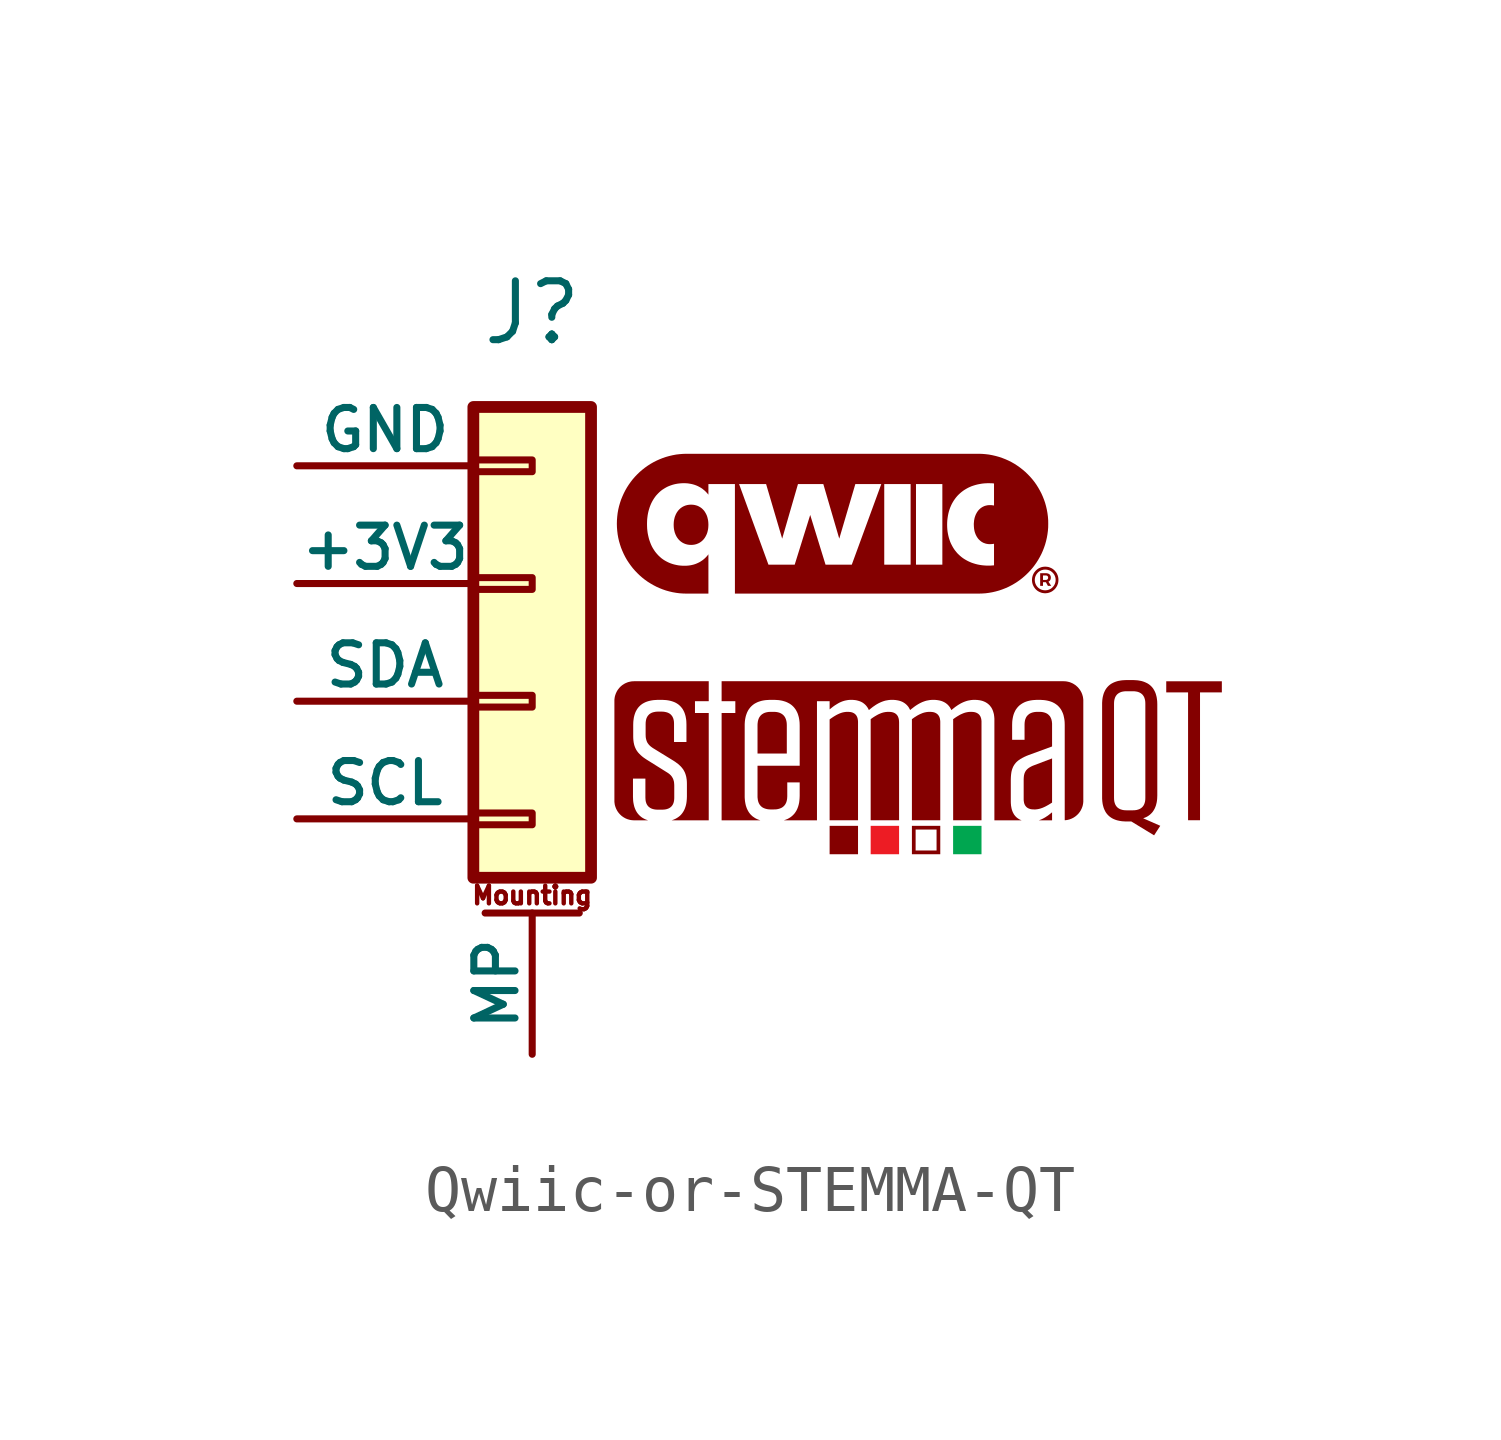
<source format=kicad_sym>
(kicad_symbol_lib
  (version 20231120)
  (generator "kicad_symbol_editor")
  (generator_version "8.0")
  (symbol "Qwiic-or-STEMMA-QT"
    (pin_numbers hide)
    (pin_names
      (offset 0))
    (property "Reference" "J"
      (at 0 5.842 0)
      (effects (font (size 1.27 1.27))))
    (symbol "Qwiic-or-STEMMA-QT_1_0"
      (polyline (pts (xy 7.032 -5.843) (xy 6.419 -5.843) (xy 6.419 -5.23) (xy 7.032 -5.23) (xy 7.032 -5.843)) (stroke (width -0.0001) (type solid)) (fill (type outline)))
      (polyline (pts (xy 7.918 -5.843) (xy 7.305 -5.843) (xy 7.305 -5.23) (xy 7.918 -5.23) (xy 7.918 -5.843)) (stroke (width -0.0001) (type solid)) (fill (type color) (color 237 28 36 1)))
      (polyline (pts (xy 9.697 -5.633) (xy 9.697 -5.633) (xy 9.697 -5.843) (xy 9.084 -5.843) (xy 9.084 -5.23) (xy 9.697 -5.23) (xy 9.697 -5.633)) (stroke (width -0.0001) (type solid)) (fill (type color) (color 0 166 80 1)))
      (polyline (pts (xy 14.884 -2.35) (xy 14.413 -2.35) (xy 14.413 -5.109) (xy 14.155 -5.109) (xy 14.155 -2.35) (xy 13.684 -2.35) (xy 13.684 -2.11) (xy 14.884 -2.11) (xy 14.884 -2.35)) (stroke (width -0.0001) (type solid)) (fill (type outline)))
      (polyline (pts (xy 8.807 -5.843) (xy 8.195 -5.843) (xy 8.195 -5.762) (xy 8.275 -5.762) (xy 8.727 -5.762) (xy 8.727 -5.31) (xy 8.275 -5.31) (xy 8.275 -5.762) (xy 8.195 -5.762) (xy 8.195 -5.23) (xy 8.807 -5.23) (xy 8.807 -5.843)) (stroke (width -0.0001) (type solid)) (fill (type outline)))
      (polyline (pts (xy 11.22 -5.111) (xy 10.934 -5.111) (xy 10.954 -5.104) (xy 10.974 -5.096) (xy 10.993 -5.088) (xy 11.012 -5.079) (xy 11.03 -5.07) (xy 11.048 -5.06) (xy 11.066 -5.05) (xy 11.084 -5.039) (xy 11.101 -5.027) (xy 11.119 -5.016) (xy 11.136 -5.004) (xy 11.153 -4.991) (xy 11.186 -4.965) (xy 11.22 -4.938) (xy 11.22 -5.111)) (stroke (width -0.0001) (type solid)) (fill (type outline)))
      (polyline (pts (xy 6.838 -2.771) (xy 6.85 -2.772) (xy 6.862 -2.773) (xy 6.874 -2.775) (xy 6.885 -2.777) (xy 6.896 -2.78) (xy 6.907 -2.783) (xy 6.917 -2.787) (xy 6.926 -2.791) (xy 6.936 -2.796) (xy 6.944 -2.8) (xy 6.953 -2.806) (xy 6.961 -2.812) (xy 6.968 -2.818) (xy 6.976 -2.825) (xy 6.982 -2.832) (xy 6.989 -2.84) (xy 6.995 -2.848) (xy 7 -2.856) (xy 7.005 -2.865) (xy 7.01 -2.875) (xy 7.014 -2.885) (xy 7.018 -2.895) (xy 7.021 -2.906) (xy 7.024 -2.917) (xy 7.026 -2.929) (xy 7.028 -2.941) (xy 7.03 -2.954) (xy 7.031 -2.967) (xy 7.032 -2.981) (xy 7.032 -2.995) (xy 7.032 -5.109) (xy 6.419 -5.109) (xy 6.419 -2.933) (xy 6.448 -2.912) (xy 6.476 -2.893) (xy 6.503 -2.875) (xy 6.529 -2.859) (xy 6.555 -2.844) (xy 6.58 -2.83) (xy 6.604 -2.819) (xy 6.627 -2.808) (xy 6.65 -2.799) (xy 6.673 -2.791) (xy 6.696 -2.784) (xy 6.718 -2.779) (xy 6.74 -2.775) (xy 6.762 -2.772) (xy 6.785 -2.77) (xy 6.807 -2.77) (xy 6.812 -2.77) (xy 6.838 -2.771)) (stroke (width -0.0001) (type solid)) (fill (type outline)))
      (polyline (pts (xy 7.719 -2.771) (xy 7.732 -2.772) (xy 7.745 -2.773) (xy 7.757 -2.775) (xy 7.768 -2.777) (xy 7.779 -2.78) (xy 7.79 -2.783) (xy 7.801 -2.787) (xy 7.81 -2.791) (xy 7.82 -2.796) (xy 7.829 -2.8) (xy 7.837 -2.806) (xy 7.846 -2.812) (xy 7.853 -2.818) (xy 7.861 -2.825) (xy 7.867 -2.832) (xy 7.874 -2.84) (xy 7.88 -2.848) (xy 7.885 -2.856) (xy 7.891 -2.865) (xy 7.895 -2.875) (xy 7.899 -2.885) (xy 7.903 -2.895) (xy 7.907 -2.906) (xy 7.909 -2.917) (xy 7.912 -2.929) (xy 7.914 -2.941) (xy 7.915 -2.954) (xy 7.917 -2.967) (xy 7.917 -2.981) (xy 7.918 -2.995) (xy 7.918 -5.109) (xy 7.305 -5.109) (xy 7.305 -2.928) (xy 7.335 -2.906) (xy 7.363 -2.887) (xy 7.391 -2.869) (xy 7.418 -2.853) (xy 7.444 -2.838) (xy 7.468 -2.825) (xy 7.492 -2.814) (xy 7.516 -2.804) (xy 7.539 -2.795) (xy 7.561 -2.788) (xy 7.583 -2.782) (xy 7.604 -2.778) (xy 7.625 -2.774) (xy 7.646 -2.772) (xy 7.667 -2.77) (xy 7.688 -2.77) (xy 7.692 -2.77) (xy 7.719 -2.771)) (stroke (width -0.0001) (type solid)) (fill (type outline)))
      (polyline (pts (xy 8.609 -2.771) (xy 8.622 -2.772) (xy 8.634 -2.773) (xy 8.646 -2.775) (xy 8.658 -2.777) (xy 8.669 -2.78) (xy 8.68 -2.783) (xy 8.69 -2.787) (xy 8.7 -2.791) (xy 8.709 -2.796) (xy 8.718 -2.801) (xy 8.727 -2.806) (xy 8.735 -2.812) (xy 8.743 -2.818) (xy 8.75 -2.825) (xy 8.757 -2.832) (xy 8.763 -2.84) (xy 8.769 -2.848) (xy 8.775 -2.856) (xy 8.78 -2.865) (xy 8.785 -2.875) (xy 8.789 -2.885) (xy 8.793 -2.895) (xy 8.796 -2.906) (xy 8.799 -2.917) (xy 8.801 -2.929) (xy 8.803 -2.941) (xy 8.805 -2.954) (xy 8.806 -2.967) (xy 8.807 -2.981) (xy 8.807 -2.995) (xy 8.807 -5.109) (xy 8.195 -5.109) (xy 8.195 -2.942) (xy 8.195 -2.94) (xy 8.195 -2.938) (xy 8.195 -2.935) (xy 8.195 -2.931) (xy 8.195 -2.929) (xy 8.195 -2.928) (xy 8.225 -2.906) (xy 8.253 -2.886) (xy 8.281 -2.869) (xy 8.307 -2.852) (xy 8.333 -2.838) (xy 8.358 -2.825) (xy 8.382 -2.814) (xy 8.406 -2.804) (xy 8.428 -2.795) (xy 8.451 -2.788) (xy 8.473 -2.782) (xy 8.494 -2.778) (xy 8.515 -2.774) (xy 8.536 -2.772) (xy 8.557 -2.77) (xy 8.577 -2.77) (xy 8.582 -2.77) (xy 8.609 -2.771)) (stroke (width -0.0001) (type solid)) (fill (type outline)))
      (polyline (pts (xy 9.499 -2.771) (xy 9.512 -2.772) (xy 9.525 -2.773) (xy 9.537 -2.775) (xy 9.548 -2.777) (xy 9.559 -2.78) (xy 9.57 -2.783) (xy 9.581 -2.787) (xy 9.59 -2.791) (xy 9.6 -2.796) (xy 9.609 -2.801) (xy 9.617 -2.806) (xy 9.626 -2.812) (xy 9.633 -2.818) (xy 9.641 -2.825) (xy 9.648 -2.832) (xy 9.654 -2.84) (xy 9.66 -2.848) (xy 9.665 -2.856) (xy 9.671 -2.865) (xy 9.675 -2.875) (xy 9.679 -2.885) (xy 9.683 -2.895) (xy 9.687 -2.906) (xy 9.689 -2.917) (xy 9.692 -2.929) (xy 9.694 -2.941) (xy 9.695 -2.954) (xy 9.697 -2.967) (xy 9.697 -2.981) (xy 9.697 -2.995) (xy 9.697 -5.109) (xy 9.085 -5.109) (xy 9.085 -2.942) (xy 9.085 -2.94) (xy 9.085 -2.938) (xy 9.084 -2.933) (xy 9.084 -2.929) (xy 9.084 -2.927) (xy 9.084 -2.925) (xy 9.085 -2.928) (xy 9.115 -2.906) (xy 9.143 -2.887) (xy 9.171 -2.869) (xy 9.198 -2.853) (xy 9.223 -2.838) (xy 9.248 -2.825) (xy 9.273 -2.814) (xy 9.296 -2.804) (xy 9.319 -2.795) (xy 9.341 -2.788) (xy 9.363 -2.782) (xy 9.384 -2.778) (xy 9.405 -2.774) (xy 9.426 -2.772) (xy 9.447 -2.77) (xy 9.468 -2.77) (xy 9.472 -2.77) (xy 9.499 -2.771)) (stroke (width -0.0001) (type solid)) (fill (type outline)))
      (polyline (pts (xy 5.226 -2.77) (xy 5.243 -2.771) (xy 5.259 -2.772) (xy 5.275 -2.774) (xy 5.291 -2.777) (xy 5.306 -2.78) (xy 5.32 -2.784) (xy 5.333 -2.788) (xy 5.347 -2.793) (xy 5.359 -2.799) (xy 5.371 -2.805) (xy 5.383 -2.812) (xy 5.394 -2.819) (xy 5.404 -2.827) (xy 5.414 -2.835) (xy 5.423 -2.844) (xy 5.432 -2.853) (xy 5.44 -2.864) (xy 5.448 -2.874) (xy 5.455 -2.885) (xy 5.461 -2.897) (xy 5.467 -2.909) (xy 5.472 -2.922) (xy 5.477 -2.935) (xy 5.481 -2.949) (xy 5.485 -2.964) (xy 5.488 -2.979) (xy 5.491 -2.994) (xy 5.492 -3.01) (xy 5.494 -3.027) (xy 5.495 -3.062) (xy 5.495 -3.67) (xy 4.863 -3.67) (xy 4.863 -3.062) (xy 4.864 -3.027) (xy 4.866 -3.01) (xy 4.868 -2.994) (xy 4.87 -2.979) (xy 4.873 -2.964) (xy 4.877 -2.949) (xy 4.881 -2.935) (xy 4.886 -2.922) (xy 4.891 -2.909) (xy 4.897 -2.897) (xy 4.904 -2.885) (xy 4.911 -2.874) (xy 4.919 -2.864) (xy 4.927 -2.853) (xy 4.936 -2.844) (xy 4.945 -2.835) (xy 4.955 -2.827) (xy 4.965 -2.819) (xy 4.977 -2.812) (xy 4.988 -2.805) (xy 5 -2.799) (xy 5.013 -2.793) (xy 5.027 -2.788) (xy 5.041 -2.784) (xy 5.055 -2.78) (xy 5.071 -2.777) (xy 5.086 -2.774) (xy 5.103 -2.772) (xy 5.12 -2.771) (xy 5.137 -2.77) (xy 5.155 -2.77) (xy 5.208 -2.77) (xy 5.226 -2.77)) (stroke (width -0.0001) (type solid)) (fill (type outline)))
      (polyline (pts (xy 11.22 -4.728) (xy 11.192 -4.746) (xy 11.164 -4.763) (xy 11.138 -4.779) (xy 11.112 -4.793) (xy 11.087 -4.807) (xy 11.063 -4.819) (xy 11.039 -4.83) (xy 11.016 -4.84) (xy 10.993 -4.848) (xy 10.97 -4.856) (xy 10.948 -4.862) (xy 10.926 -4.867) (xy 10.904 -4.871) (xy 10.881 -4.874) (xy 10.859 -4.876) (xy 10.837 -4.876) (xy 10.832 -4.876) (xy 10.805 -4.875) (xy 10.792 -4.874) (xy 10.78 -4.873) (xy 10.768 -4.871) (xy 10.756 -4.869) (xy 10.745 -4.866) (xy 10.734 -4.862) (xy 10.724 -4.859) (xy 10.714 -4.855) (xy 10.705 -4.85) (xy 10.696 -4.845) (xy 10.687 -4.84) (xy 10.679 -4.834) (xy 10.671 -4.828) (xy 10.664 -4.821) (xy 10.657 -4.814) (xy 10.651 -4.806) (xy 10.645 -4.798) (xy 10.639 -4.79) (xy 10.634 -4.781) (xy 10.629 -4.771) (xy 10.625 -4.761) (xy 10.621 -4.751) (xy 10.618 -4.74) (xy 10.615 -4.729) (xy 10.613 -4.717) (xy 10.611 -4.705) (xy 10.609 -4.692) (xy 10.608 -4.679) (xy 10.607 -4.665) (xy 10.607 -4.651) (xy 10.607 -4.235) (xy 10.608 -4.204) (xy 10.61 -4.176) (xy 10.613 -4.149) (xy 10.615 -4.137) (xy 10.618 -4.125) (xy 10.621 -4.113) (xy 10.624 -4.102) (xy 10.628 -4.091) (xy 10.633 -4.08) (xy 10.637 -4.07) (xy 10.643 -4.06) (xy 10.648 -4.051) (xy 10.654 -4.041) (xy 10.661 -4.032) (xy 10.668 -4.024) (xy 10.676 -4.015) (xy 10.684 -4.007) (xy 10.693 -3.999) (xy 10.702 -3.992) (xy 10.712 -3.984) (xy 10.722 -3.977) (xy 10.733 -3.97) (xy 10.745 -3.963) (xy 10.77 -3.949) (xy 10.797 -3.936) (xy 10.827 -3.924) (xy 11.22 -3.775) (xy 11.22 -4.728)) (stroke (width -0.0001) (type solid)) (fill (type outline)))
      (polyline (pts (xy 11.093 0.223) (xy 11.106 0.221) (xy 11.117 0.219) (xy 11.123 0.218) (xy 11.128 0.217) (xy 11.133 0.215) (xy 11.138 0.213) (xy 11.143 0.211) (xy 11.148 0.209) (xy 11.152 0.206) (xy 11.156 0.204) (xy 11.16 0.201) (xy 11.164 0.198) (xy 11.167 0.195) (xy 11.17 0.192) (xy 11.174 0.188) (xy 11.176 0.185) (xy 11.179 0.181) (xy 11.181 0.177) (xy 11.184 0.173) (xy 11.185 0.169) (xy 11.187 0.164) (xy 11.189 0.159) (xy 11.19 0.155) (xy 11.191 0.15) (xy 11.192 0.145) (xy 11.193 0.139) (xy 11.193 0.134) (xy 11.193 0.128) (xy 11.193 0.12) (xy 11.192 0.113) (xy 11.191 0.106) (xy 11.19 0.099) (xy 11.188 0.092) (xy 11.185 0.086) (xy 11.183 0.079) (xy 11.18 0.074) (xy 11.176 0.068) (xy 11.172 0.063) (xy 11.168 0.058) (xy 11.163 0.054) (xy 11.158 0.05) (xy 11.153 0.046) (xy 11.147 0.043) (xy 11.141 0.04) (xy 11.201 -0.051) (xy 11.13 -0.051) (xy 11.087 0.028) (xy 11.024 0.028) (xy 11.024 -0.051) (xy 10.963 -0.051) (xy 10.963 0.077) (xy 11.024 0.077) (xy 11.08 0.077) (xy 11.086 0.077) (xy 11.089 0.077) (xy 11.092 0.078) (xy 11.095 0.078) (xy 11.098 0.079) (xy 11.101 0.08) (xy 11.103 0.08) (xy 11.106 0.081) (xy 11.108 0.082) (xy 11.11 0.083) (xy 11.113 0.084) (xy 11.115 0.085) (xy 11.117 0.087) (xy 11.118 0.088) (xy 11.12 0.09) (xy 11.122 0.091) (xy 11.124 0.093) (xy 11.125 0.095) (xy 11.127 0.097) (xy 11.128 0.099) (xy 11.129 0.101) (xy 11.13 0.103) (xy 11.131 0.105) (xy 11.132 0.107) (xy 11.133 0.11) (xy 11.133 0.112) (xy 11.134 0.115) (xy 11.134 0.117) (xy 11.134 0.12) (xy 11.135 0.123) (xy 11.135 0.126) (xy 11.135 0.129) (xy 11.134 0.132) (xy 11.134 0.134) (xy 11.134 0.137) (xy 11.133 0.14) (xy 11.133 0.142) (xy 11.132 0.144) (xy 11.131 0.147) (xy 11.13 0.149) (xy 11.129 0.151) (xy 11.128 0.153) (xy 11.127 0.155) (xy 11.125 0.157) (xy 11.124 0.158) (xy 11.122 0.16) (xy 11.12 0.162) (xy 11.118 0.163) (xy 11.117 0.165) (xy 11.115 0.166) (xy 11.113 0.167) (xy 11.11 0.168) (xy 11.108 0.169) (xy 11.106 0.17) (xy 11.103 0.171) (xy 11.101 0.172) (xy 11.098 0.172) (xy 11.095 0.173) (xy 11.092 0.173) (xy 11.089 0.173) (xy 11.086 0.174) (xy 11.083 0.174) (xy 11.08 0.174) (xy 11.024 0.174) (xy 11.024 0.077) (xy 10.963 0.077) (xy 10.963 0.223) (xy 11.08 0.223) (xy 11.093 0.223)) (stroke (width -0.0001) (type solid)) (fill (type outline)))
      (polyline (pts (xy 3.45 1.701) (xy 3.47 1.7) (xy 3.49 1.697) (xy 3.51 1.694) (xy 3.528 1.689) (xy 3.547 1.684) (xy 3.564 1.678) (xy 3.582 1.671) (xy 3.598 1.662) (xy 3.615 1.653) (xy 3.63 1.644) (xy 3.645 1.633) (xy 3.66 1.622) (xy 3.674 1.609) (xy 3.687 1.596) (xy 3.7 1.582) (xy 3.712 1.568) (xy 3.723 1.552) (xy 3.733 1.536) (xy 3.743 1.519) (xy 3.752 1.502) (xy 3.761 1.484) (xy 3.769 1.465) (xy 3.776 1.445) (xy 3.782 1.425) (xy 3.787 1.404) (xy 3.792 1.383) (xy 3.796 1.361) (xy 3.799 1.338) (xy 3.801 1.315) (xy 3.802 1.292) (xy 3.803 1.268) (xy 3.802 1.244) (xy 3.801 1.22) (xy 3.799 1.197) (xy 3.796 1.175) (xy 3.792 1.153) (xy 3.787 1.132) (xy 3.782 1.111) (xy 3.776 1.091) (xy 3.769 1.072) (xy 3.761 1.053) (xy 3.752 1.035) (xy 3.743 1.017) (xy 3.733 1) (xy 3.723 0.984) (xy 3.712 0.969) (xy 3.7 0.954) (xy 3.687 0.94) (xy 3.674 0.927) (xy 3.66 0.914) (xy 3.645 0.903) (xy 3.63 0.892) (xy 3.615 0.882) (xy 3.598 0.873) (xy 3.582 0.865) (xy 3.564 0.858) (xy 3.547 0.851) (xy 3.528 0.846) (xy 3.51 0.841) (xy 3.49 0.838) (xy 3.47 0.835) (xy 3.45 0.834) (xy 3.43 0.833) (xy 3.409 0.834) (xy 3.388 0.835) (xy 3.368 0.838) (xy 3.349 0.841) (xy 3.33 0.846) (xy 3.311 0.851) (xy 3.293 0.858) (xy 3.276 0.865) (xy 3.259 0.873) (xy 3.243 0.882) (xy 3.227 0.892) (xy 3.212 0.903) (xy 3.197 0.914) (xy 3.183 0.927) (xy 3.17 0.94) (xy 3.157 0.954) (xy 3.145 0.969) (xy 3.134 0.984) (xy 3.123 1) (xy 3.113 1.017) (xy 3.104 1.035) (xy 3.095 1.053) (xy 3.088 1.072) (xy 3.08 1.091) (xy 3.074 1.111) (xy 3.069 1.132) (xy 3.064 1.153) (xy 3.06 1.175) (xy 3.057 1.197) (xy 3.055 1.22) (xy 3.054 1.244) (xy 3.053 1.268) (xy 3.054 1.291) (xy 3.055 1.315) (xy 3.057 1.338) (xy 3.06 1.36) (xy 3.064 1.382) (xy 3.069 1.403) (xy 3.074 1.424) (xy 3.08 1.444) (xy 3.088 1.463) (xy 3.095 1.482) (xy 3.104 1.5) (xy 3.113 1.518) (xy 3.123 1.535) (xy 3.134 1.551) (xy 3.145 1.566) (xy 3.157 1.581) (xy 3.17 1.595) (xy 3.183 1.608) (xy 3.197 1.621) (xy 3.212 1.632) (xy 3.227 1.643) (xy 3.243 1.653) (xy 3.259 1.662) (xy 3.276 1.67) (xy 3.293 1.677) (xy 3.311 1.684) (xy 3.33 1.689) (xy 3.349 1.694) (xy 3.368 1.697) (xy 3.388 1.7) (xy 3.409 1.701) (xy 3.43 1.702) (xy 3.45 1.701)) (stroke (width -0.0001) (type solid)) (fill (type outline)))
      (polyline (pts (xy 11.087 0.363) (xy 11.102 0.362) (xy 11.116 0.36) (xy 11.131 0.358) (xy 11.145 0.355) (xy 11.158 0.351) (xy 11.171 0.346) (xy 11.184 0.341) (xy 11.197 0.335) (xy 11.21 0.329) (xy 11.222 0.322) (xy 11.233 0.315) (xy 11.244 0.307) (xy 11.255 0.298) (xy 11.265 0.289) (xy 11.275 0.28) (xy 11.284 0.27) (xy 11.293 0.259) (xy 11.302 0.248) (xy 11.31 0.237) (xy 11.317 0.226) (xy 11.324 0.214) (xy 11.33 0.201) (xy 11.335 0.189) (xy 11.341 0.176) (xy 11.345 0.163) (xy 11.349 0.149) (xy 11.352 0.135) (xy 11.354 0.121) (xy 11.356 0.107) (xy 11.357 0.092) (xy 11.357 0.078) (xy 11.357 0.063) (xy 11.356 0.049) (xy 11.354 0.035) (xy 11.352 0.021) (xy 11.349 0.007) (xy 11.345 -0.007) (xy 11.34 -0.02) (xy 11.335 -0.033) (xy 11.33 -0.046) (xy 11.323 -0.058) (xy 11.317 -0.07) (xy 11.309 -0.082) (xy 11.301 -0.093) (xy 11.293 -0.104) (xy 11.284 -0.115) (xy 11.274 -0.125) (xy 11.265 -0.134) (xy 11.254 -0.143) (xy 11.243 -0.152) (xy 11.232 -0.16) (xy 11.221 -0.168) (xy 11.209 -0.175) (xy 11.196 -0.181) (xy 11.184 -0.187) (xy 11.17 -0.192) (xy 11.157 -0.197) (xy 11.143 -0.201) (xy 11.129 -0.204) (xy 11.115 -0.207) (xy 11.1 -0.208) (xy 11.086 -0.21) (xy 11.071 -0.21) (xy 11.056 -0.21) (xy 11.041 -0.208) (xy 11.027 -0.207) (xy 11.012 -0.204) (xy 10.998 -0.201) (xy 10.985 -0.197) (xy 10.972 -0.192) (xy 10.959 -0.187) (xy 10.946 -0.181) (xy 10.934 -0.175) (xy 10.922 -0.168) (xy 10.91 -0.161) (xy 10.899 -0.153) (xy 10.888 -0.144) (xy 10.878 -0.135) (xy 10.868 -0.126) (xy 10.859 -0.116) (xy 10.85 -0.105) (xy 10.842 -0.094) (xy 10.834 -0.083) (xy 10.827 -0.071) (xy 10.82 -0.059) (xy 10.814 -0.047) (xy 10.808 -0.034) (xy 10.803 -0.021) (xy 10.799 -0.008) (xy 10.795 0.005) (xy 10.792 0.019) (xy 10.79 0.033) (xy 10.788 0.047) (xy 10.787 0.062) (xy 10.786 0.076) (xy 10.847 0.076) (xy 10.847 0.065) (xy 10.848 0.053) (xy 10.85 0.042) (xy 10.851 0.031) (xy 10.854 0.021) (xy 10.857 0.01) (xy 10.86 -0.0002) (xy 10.864 -0.01) (xy 10.869 -0.02) (xy 10.873 -0.03) (xy 10.879 -0.039) (xy 10.884 -0.048) (xy 10.891 -0.057) (xy 10.897 -0.065) (xy 10.904 -0.073) (xy 10.911 -0.081) (xy 10.919 -0.088) (xy 10.927 -0.096) (xy 10.935 -0.102) (xy 10.944 -0.108) (xy 10.953 -0.114) (xy 10.963 -0.12) (xy 10.972 -0.125) (xy 10.982 -0.129) (xy 10.992 -0.133) (xy 11.003 -0.137) (xy 11.014 -0.14) (xy 11.025 -0.142) (xy 11.036 -0.144) (xy 11.047 -0.145) (xy 11.059 -0.146) (xy 11.071 -0.147) (xy 11.083 -0.146) (xy 11.094 -0.145) (xy 11.106 -0.144) (xy 11.117 -0.142) (xy 11.128 -0.14) (xy 11.139 -0.136) (xy 11.15 -0.133) (xy 11.16 -0.129) (xy 11.17 -0.124) (xy 11.18 -0.119) (xy 11.189 -0.114) (xy 11.199 -0.108) (xy 11.207 -0.102) (xy 11.216 -0.095) (xy 11.224 -0.088) (xy 11.232 -0.08) (xy 11.239 -0.072) (xy 11.246 -0.064) (xy 11.253 -0.056) (xy 11.259 -0.047) (xy 11.265 -0.038) (xy 11.27 -0.029) (xy 11.275 -0.019) (xy 11.28 -0.009) (xy 11.283 0.001) (xy 11.287 0.012) (xy 11.29 0.022) (xy 11.292 0.033) (xy 11.294 0.044) (xy 11.296 0.055) (xy 11.296 0.066) (xy 11.297 0.078) (xy 11.296 0.089) (xy 11.296 0.101) (xy 11.294 0.112) (xy 11.292 0.122) (xy 11.29 0.133) (xy 11.287 0.144) (xy 11.283 0.154) (xy 11.28 0.164) (xy 11.275 0.174) (xy 11.27 0.184) (xy 11.265 0.193) (xy 11.259 0.202) (xy 11.253 0.211) (xy 11.246 0.219) (xy 11.239 0.227) (xy 11.232 0.235) (xy 11.224 0.242) (xy 11.216 0.249) (xy 11.208 0.256) (xy 11.199 0.262) (xy 11.19 0.268) (xy 11.181 0.274) (xy 11.171 0.279) (xy 11.161 0.283) (xy 11.151 0.287) (xy 11.14 0.29) (xy 11.129 0.293) (xy 11.118 0.296) (xy 11.107 0.298) (xy 11.096 0.299) (xy 11.084 0.3) (xy 11.072 0.3) (xy 11.06 0.3) (xy 11.049 0.299) (xy 11.037 0.298) (xy 11.026 0.296) (xy 11.015 0.293) (xy 11.004 0.29) (xy 10.994 0.287) (xy 10.983 0.283) (xy 10.973 0.278) (xy 10.964 0.273) (xy 10.954 0.268) (xy 10.945 0.262) (xy 10.936 0.256) (xy 10.928 0.249) (xy 10.92 0.242) (xy 10.912 0.234) (xy 10.905 0.226) (xy 10.898 0.218) (xy 10.891 0.21) (xy 10.885 0.201) (xy 10.879 0.192) (xy 10.874 0.182) (xy 10.869 0.173) (xy 10.864 0.163) (xy 10.86 0.153) (xy 10.857 0.142) (xy 10.854 0.132) (xy 10.851 0.121) (xy 10.85 0.11) (xy 10.848 0.099) (xy 10.847 0.087) (xy 10.847 0.076) (xy 10.786 0.076) (xy 10.787 0.091) (xy 10.788 0.105) (xy 10.79 0.119) (xy 10.792 0.133) (xy 10.795 0.147) (xy 10.799 0.161) (xy 10.803 0.174) (xy 10.808 0.187) (xy 10.814 0.2) (xy 10.82 0.212) (xy 10.827 0.224) (xy 10.834 0.236) (xy 10.842 0.247) (xy 10.851 0.258) (xy 10.86 0.269) (xy 10.869 0.279) (xy 10.879 0.288) (xy 10.889 0.297) (xy 10.9 0.306) (xy 10.911 0.314) (xy 10.923 0.322) (xy 10.935 0.329) (xy 10.947 0.335) (xy 10.96 0.341) (xy 10.973 0.346) (xy 10.986 0.351) (xy 11 0.355) (xy 11.014 0.358) (xy 11.028 0.36) (xy 11.043 0.362) (xy 11.057 0.363) (xy 11.072 0.364) (xy 11.087 0.363)) (stroke (width -0.0001) (type solid)) (fill (type outline)))
      (polyline (pts (xy 12.996 -2.085) (xy 13.027 -2.087) (xy 13.058 -2.089) (xy 13.087 -2.093) (xy 13.115 -2.098) (xy 13.143 -2.103) (xy 13.169 -2.11) (xy 13.194 -2.118) (xy 13.218 -2.127) (xy 13.241 -2.137) (xy 13.264 -2.148) (xy 13.285 -2.159) (xy 13.305 -2.172) (xy 13.324 -2.186) (xy 13.342 -2.201) (xy 13.359 -2.217) (xy 13.375 -2.234) (xy 13.39 -2.252) (xy 13.404 -2.271) (xy 13.416 -2.291) (xy 13.428 -2.312) (xy 13.439 -2.334) (xy 13.449 -2.357) (xy 13.458 -2.381) (xy 13.465 -2.406) (xy 13.472 -2.432) (xy 13.478 -2.459) (xy 13.482 -2.486) (xy 13.486 -2.515) (xy 13.489 -2.545) (xy 13.49 -2.576) (xy 13.491 -2.607) (xy 13.491 -4.574) (xy 13.49 -4.598) (xy 13.489 -4.622) (xy 13.488 -4.645) (xy 13.486 -4.668) (xy 13.483 -4.69) (xy 13.48 -4.711) (xy 13.476 -4.732) (xy 13.471 -4.752) (xy 13.466 -4.772) (xy 13.461 -4.791) (xy 13.454 -4.81) (xy 13.447 -4.828) (xy 13.44 -4.845) (xy 13.432 -4.862) (xy 13.423 -4.878) (xy 13.414 -4.894) (xy 13.404 -4.909) (xy 13.394 -4.924) (xy 13.383 -4.938) (xy 13.371 -4.951) (xy 13.359 -4.964) (xy 13.346 -4.976) (xy 13.333 -4.988) (xy 13.319 -4.999) (xy 13.304 -5.01) (xy 13.289 -5.02) (xy 13.274 -5.029) (xy 13.257 -5.038) (xy 13.24 -5.046) (xy 13.223 -5.053) (xy 13.205 -5.06) (xy 13.186 -5.067) (xy 13.555 -5.229) (xy 13.422 -5.435) (xy 12.929 -5.135) (xy 12.826 -5.135) (xy 12.794 -5.135) (xy 12.762 -5.133) (xy 12.732 -5.131) (xy 12.703 -5.127) (xy 12.675 -5.122) (xy 12.647 -5.116) (xy 12.621 -5.11) (xy 12.596 -5.102) (xy 12.572 -5.093) (xy 12.548 -5.083) (xy 12.526 -5.072) (xy 12.505 -5.06) (xy 12.485 -5.047) (xy 12.466 -5.033) (xy 12.448 -5.018) (xy 12.431 -5.002) (xy 12.415 -4.985) (xy 12.4 -4.967) (xy 12.386 -4.948) (xy 12.373 -4.928) (xy 12.362 -4.906) (xy 12.351 -4.884) (xy 12.341 -4.861) (xy 12.332 -4.837) (xy 12.325 -4.812) (xy 12.318 -4.786) (xy 12.312 -4.759) (xy 12.308 -4.731) (xy 12.304 -4.701) (xy 12.302 -4.671) (xy 12.3 -4.64) (xy 12.3 -4.608) (xy 12.3 -2.607) (xy 12.3 -2.599) (xy 12.557 -2.599) (xy 12.557 -4.621) (xy 12.558 -4.655) (xy 12.559 -4.67) (xy 12.561 -4.686) (xy 12.563 -4.701) (xy 12.566 -4.715) (xy 12.57 -4.729) (xy 12.574 -4.742) (xy 12.578 -4.754) (xy 12.583 -4.766) (xy 12.589 -4.778) (xy 12.595 -4.789) (xy 12.602 -4.799) (xy 12.609 -4.809) (xy 12.617 -4.819) (xy 12.625 -4.827) (xy 12.634 -4.836) (xy 12.644 -4.843) (xy 12.654 -4.851) (xy 12.664 -4.857) (xy 12.675 -4.863) (xy 12.687 -4.869) (xy 12.699 -4.874) (xy 12.712 -4.878) (xy 12.725 -4.882) (xy 12.739 -4.886) (xy 12.754 -4.889) (xy 12.769 -4.891) (xy 12.785 -4.893) (xy 12.801 -4.894) (xy 12.835 -4.895) (xy 12.955 -4.895) (xy 12.989 -4.894) (xy 13.005 -4.893) (xy 13.021 -4.891) (xy 13.036 -4.889) (xy 13.051 -4.886) (xy 13.065 -4.882) (xy 13.078 -4.878) (xy 13.091 -4.874) (xy 13.103 -4.869) (xy 13.115 -4.863) (xy 13.126 -4.857) (xy 13.136 -4.851) (xy 13.146 -4.843) (xy 13.156 -4.836) (xy 13.165 -4.827) (xy 13.173 -4.819) (xy 13.181 -4.809) (xy 13.188 -4.799) (xy 13.195 -4.789) (xy 13.201 -4.778) (xy 13.207 -4.766) (xy 13.212 -4.754) (xy 13.216 -4.742) (xy 13.22 -4.729) (xy 13.224 -4.715) (xy 13.227 -4.701) (xy 13.229 -4.686) (xy 13.231 -4.67) (xy 13.232 -4.655) (xy 13.233 -4.621) (xy 13.233 -2.599) (xy 13.232 -2.565) (xy 13.231 -2.549) (xy 13.229 -2.534) (xy 13.227 -2.519) (xy 13.224 -2.505) (xy 13.22 -2.491) (xy 13.216 -2.478) (xy 13.212 -2.466) (xy 13.207 -2.453) (xy 13.201 -2.442) (xy 13.195 -2.431) (xy 13.188 -2.421) (xy 13.181 -2.411) (xy 13.173 -2.401) (xy 13.165 -2.393) (xy 13.156 -2.384) (xy 13.146 -2.377) (xy 13.136 -2.369) (xy 13.126 -2.363) (xy 13.115 -2.357) (xy 13.103 -2.351) (xy 13.091 -2.346) (xy 13.078 -2.341) (xy 13.065 -2.337) (xy 13.051 -2.334) (xy 13.036 -2.331) (xy 13.021 -2.329) (xy 13.005 -2.327) (xy 12.989 -2.325) (xy 12.955 -2.325) (xy 12.835 -2.325) (xy 12.801 -2.325) (xy 12.785 -2.327) (xy 12.769 -2.329) (xy 12.754 -2.331) (xy 12.739 -2.334) (xy 12.725 -2.337) (xy 12.712 -2.341) (xy 12.699 -2.346) (xy 12.687 -2.351) (xy 12.675 -2.357) (xy 12.664 -2.363) (xy 12.654 -2.369) (xy 12.644 -2.377) (xy 12.634 -2.384) (xy 12.625 -2.393) (xy 12.617 -2.401) (xy 12.609 -2.411) (xy 12.602 -2.421) (xy 12.595 -2.431) (xy 12.589 -2.442) (xy 12.583 -2.453) (xy 12.578 -2.466) (xy 12.574 -2.478) (xy 12.57 -2.491) (xy 12.566 -2.505) (xy 12.563 -2.519) (xy 12.561 -2.534) (xy 12.559 -2.549) (xy 12.558 -2.565) (xy 12.557 -2.599) (xy 12.3 -2.599) (xy 12.3 -2.576) (xy 12.302 -2.545) (xy 12.304 -2.515) (xy 12.308 -2.486) (xy 12.312 -2.459) (xy 12.318 -2.432) (xy 12.325 -2.406) (xy 12.332 -2.381) (xy 12.341 -2.357) (xy 12.351 -2.334) (xy 12.362 -2.312) (xy 12.373 -2.291) (xy 12.386 -2.271) (xy 12.4 -2.252) (xy 12.415 -2.234) (xy 12.431 -2.217) (xy 12.448 -2.201) (xy 12.466 -2.186) (xy 12.485 -2.172) (xy 12.505 -2.159) (xy 12.526 -2.148) (xy 12.548 -2.137) (xy 12.572 -2.127) (xy 12.596 -2.118) (xy 12.621 -2.11) (xy 12.647 -2.103) (xy 12.675 -2.098) (xy 12.703 -2.093) (xy 12.732 -2.089) (xy 12.762 -2.087) (xy 12.794 -2.085) (xy 12.826 -2.084) (xy 12.963 -2.084) (xy 12.996 -2.085)) (stroke (width -0.0001) (type solid)) (fill (type outline)))
      (polyline (pts (xy 3.81 -2.54) (xy 3.513 -2.54) (xy 3.513 -2.794) (xy 3.81 -2.794) (xy 3.81 -5.111) (xy 3.009 -5.111) (xy 3.049 -5.097) (xy 3.086 -5.081) (xy 3.121 -5.062) (xy 3.153 -5.041) (xy 3.183 -5.018) (xy 3.21 -4.992) (xy 3.234 -4.963) (xy 3.256 -4.932) (xy 3.275 -4.899) (xy 3.292 -4.863) (xy 3.306 -4.824) (xy 3.318 -4.784) (xy 3.327 -4.741) (xy 3.333 -4.696) (xy 3.337 -4.648) (xy 3.339 -4.598) (xy 3.339 -4.326) (xy 3.338 -4.281) (xy 3.335 -4.239) (xy 3.332 -4.219) (xy 3.329 -4.2) (xy 3.326 -4.181) (xy 3.322 -4.162) (xy 3.317 -4.144) (xy 3.312 -4.127) (xy 3.307 -4.11) (xy 3.3 -4.093) (xy 3.294 -4.077) (xy 3.286 -4.061) (xy 3.278 -4.046) (xy 3.27 -4.031) (xy 3.261 -4.016) (xy 3.251 -4.002) (xy 3.24 -3.988) (xy 3.229 -3.974) (xy 3.218 -3.961) (xy 3.206 -3.948) (xy 3.193 -3.935) (xy 3.179 -3.922) (xy 3.15 -3.896) (xy 3.118 -3.872) (xy 3.084 -3.847) (xy 3.047 -3.823) (xy 2.611 -3.555) (xy 2.59 -3.541) (xy 2.571 -3.527) (xy 2.553 -3.513) (xy 2.537 -3.498) (xy 2.522 -3.483) (xy 2.509 -3.467) (xy 2.497 -3.451) (xy 2.486 -3.434) (xy 2.477 -3.416) (xy 2.47 -3.397) (xy 2.463 -3.378) (xy 2.458 -3.357) (xy 2.453 -3.335) (xy 2.45 -3.312) (xy 2.449 -3.288) (xy 2.448 -3.263) (xy 2.448 -3.028) (xy 2.449 -3.012) (xy 2.449 -2.997) (xy 2.451 -2.982) (xy 2.453 -2.967) (xy 2.455 -2.954) (xy 2.458 -2.94) (xy 2.461 -2.927) (xy 2.465 -2.914) (xy 2.47 -2.902) (xy 2.475 -2.891) (xy 2.481 -2.88) (xy 2.487 -2.869) (xy 2.493 -2.859) (xy 2.501 -2.85) (xy 2.508 -2.841) (xy 2.517 -2.832) (xy 2.525 -2.824) (xy 2.535 -2.816) (xy 2.544 -2.809) (xy 2.555 -2.803) (xy 2.566 -2.797) (xy 2.577 -2.791) (xy 2.589 -2.786) (xy 2.602 -2.782) (xy 2.615 -2.778) (xy 2.628 -2.775) (xy 2.643 -2.772) (xy 2.657 -2.769) (xy 2.672 -2.767) (xy 2.688 -2.766) (xy 2.704 -2.765) (xy 2.721 -2.765) (xy 2.788 -2.765) (xy 2.805 -2.765) (xy 2.822 -2.766) (xy 2.838 -2.767) (xy 2.853 -2.769) (xy 2.868 -2.772) (xy 2.883 -2.775) (xy 2.896 -2.778) (xy 2.909 -2.782) (xy 2.922 -2.786) (xy 2.934 -2.791) (xy 2.946 -2.797) (xy 2.957 -2.803) (xy 2.967 -2.809) (xy 2.977 -2.816) (xy 2.986 -2.824) (xy 2.995 -2.832) (xy 3.003 -2.841) (xy 3.01 -2.85) (xy 3.017 -2.859) (xy 3.024 -2.869) (xy 3.03 -2.88) (xy 3.035 -2.891) (xy 3.04 -2.902) (xy 3.045 -2.914) (xy 3.048 -2.927) (xy 3.052 -2.94) (xy 3.055 -2.954) (xy 3.057 -2.967) (xy 3.059 -2.982) (xy 3.06 -2.997) (xy 3.061 -3.028) (xy 3.061 -3.421) (xy 3.329 -3.421) (xy 3.329 -3.047) (xy 3.327 -2.984) (xy 3.325 -2.954) (xy 3.321 -2.924) (xy 3.316 -2.896) (xy 3.311 -2.868) (xy 3.304 -2.842) (xy 3.296 -2.816) (xy 3.288 -2.792) (xy 3.278 -2.768) (xy 3.267 -2.746) (xy 3.255 -2.724) (xy 3.243 -2.704) (xy 3.228 -2.684) (xy 3.213 -2.666) (xy 3.197 -2.648) (xy 3.18 -2.632) (xy 3.162 -2.616) (xy 3.143 -2.602) (xy 3.123 -2.589) (xy 3.101 -2.576) (xy 3.079 -2.565) (xy 3.055 -2.555) (xy 3.03 -2.546) (xy 3.004 -2.538) (xy 2.978 -2.531) (xy 2.95 -2.525) (xy 2.92 -2.52) (xy 2.89 -2.516) (xy 2.859 -2.514) (xy 2.826 -2.512) (xy 2.793 -2.511) (xy 2.726 -2.511) (xy 2.692 -2.512) (xy 2.659 -2.514) (xy 2.627 -2.516) (xy 2.597 -2.52) (xy 2.567 -2.525) (xy 2.539 -2.531) (xy 2.511 -2.538) (xy 2.485 -2.546) (xy 2.46 -2.555) (xy 2.436 -2.565) (xy 2.413 -2.577) (xy 2.391 -2.589) (xy 2.37 -2.602) (xy 2.351 -2.617) (xy 2.332 -2.632) (xy 2.315 -2.649) (xy 2.298 -2.667) (xy 2.283 -2.685) (xy 2.269 -2.705) (xy 2.256 -2.725) (xy 2.244 -2.747) (xy 2.232 -2.77) (xy 2.223 -2.793) (xy 2.214 -2.818) (xy 2.206 -2.844) (xy 2.199 -2.871) (xy 2.193 -2.898) (xy 2.189 -2.927) (xy 2.185 -2.957) (xy 2.182 -2.988) (xy 2.18 -3.052) (xy 2.18 -3.296) (xy 2.181 -3.342) (xy 2.184 -3.384) (xy 2.187 -3.404) (xy 2.189 -3.424) (xy 2.193 -3.443) (xy 2.197 -3.462) (xy 2.201 -3.48) (xy 2.206 -3.497) (xy 2.212 -3.514) (xy 2.218 -3.531) (xy 2.225 -3.547) (xy 2.232 -3.562) (xy 2.24 -3.578) (xy 2.248 -3.593) (xy 2.257 -3.607) (xy 2.267 -3.621) (xy 2.277 -3.635) (xy 2.288 -3.649) (xy 2.3 -3.662) (xy 2.312 -3.675) (xy 2.338 -3.701) (xy 2.366 -3.726) (xy 2.397 -3.751) (xy 2.431 -3.775) (xy 2.467 -3.799) (xy 2.903 -4.072) (xy 2.924 -4.085) (xy 2.943 -4.098) (xy 2.961 -4.112) (xy 2.977 -4.126) (xy 2.992 -4.141) (xy 3.005 -4.157) (xy 3.017 -4.173) (xy 3.027 -4.19) (xy 3.037 -4.208) (xy 3.045 -4.227) (xy 3.051 -4.247) (xy 3.057 -4.267) (xy 3.061 -4.289) (xy 3.063 -4.311) (xy 3.065 -4.335) (xy 3.066 -4.359) (xy 3.066 -4.622) (xy 3.065 -4.654) (xy 3.063 -4.669) (xy 3.062 -4.683) (xy 3.059 -4.697) (xy 3.057 -4.71) (xy 3.053 -4.723) (xy 3.05 -4.736) (xy 3.045 -4.747) (xy 3.04 -4.759) (xy 3.035 -4.769) (xy 3.029 -4.78) (xy 3.022 -4.79) (xy 3.015 -4.799) (xy 3.008 -4.808) (xy 3 -4.816) (xy 2.991 -4.824) (xy 2.982 -4.831) (xy 2.973 -4.838) (xy 2.962 -4.845) (xy 2.952 -4.85) (xy 2.941 -4.856) (xy 2.929 -4.86) (xy 2.916 -4.865) (xy 2.903 -4.869) (xy 2.89 -4.872) (xy 2.876 -4.875) (xy 2.861 -4.877) (xy 2.846 -4.879) (xy 2.831 -4.88) (xy 2.798 -4.881) (xy 2.716 -4.881) (xy 2.7 -4.881) (xy 2.683 -4.88) (xy 2.667 -4.879) (xy 2.652 -4.877) (xy 2.638 -4.875) (xy 2.624 -4.872) (xy 2.61 -4.869) (xy 2.597 -4.865) (xy 2.584 -4.86) (xy 2.572 -4.856) (xy 2.561 -4.85) (xy 2.55 -4.845) (xy 2.54 -4.838) (xy 2.53 -4.831) (xy 2.521 -4.824) (xy 2.512 -4.816) (xy 2.503 -4.808) (xy 2.496 -4.799) (xy 2.489 -4.79) (xy 2.482 -4.78) (xy 2.476 -4.769) (xy 2.47 -4.759) (xy 2.465 -4.747) (xy 2.461 -4.736) (xy 2.457 -4.723) (xy 2.453 -4.71) (xy 2.45 -4.697) (xy 2.448 -4.683) (xy 2.446 -4.669) (xy 2.445 -4.654) (xy 2.444 -4.638) (xy 2.443 -4.622) (xy 2.443 -4.211) (xy 2.175 -4.211) (xy 2.175 -4.603) (xy 2.177 -4.652) (xy 2.178 -4.676) (xy 2.18 -4.699) (xy 2.183 -4.722) (xy 2.187 -4.744) (xy 2.191 -4.765) (xy 2.196 -4.786) (xy 2.201 -4.807) (xy 2.207 -4.827) (xy 2.214 -4.846) (xy 2.221 -4.864) (xy 2.229 -4.882) (xy 2.237 -4.9) (xy 2.247 -4.917) (xy 2.256 -4.933) (xy 2.267 -4.949) (xy 2.278 -4.964) (xy 2.29 -4.978) (xy 2.302 -4.992) (xy 2.315 -5.005) (xy 2.329 -5.018) (xy 2.343 -5.03) (xy 2.358 -5.042) (xy 2.374 -5.053) (xy 2.39 -5.063) (xy 2.407 -5.072) (xy 2.424 -5.081) (xy 2.443 -5.09) (xy 2.462 -5.097) (xy 2.481 -5.104) (xy 2.501 -5.111) (xy 2.198 -5.111) (xy 2.177 -5.11) (xy 2.155 -5.108) (xy 2.134 -5.106) (xy 2.113 -5.102) (xy 2.092 -5.097) (xy 2.072 -5.091) (xy 2.052 -5.085) (xy 2.033 -5.077) (xy 2.014 -5.069) (xy 1.996 -5.059) (xy 1.978 -5.049) (xy 1.961 -5.038) (xy 1.944 -5.026) (xy 1.928 -5.014) (xy 1.913 -5) (xy 1.898 -4.986) (xy 1.884 -4.971) (xy 1.871 -4.956) (xy 1.858 -4.94) (xy 1.846 -4.923) (xy 1.835 -4.906) (xy 1.825 -4.888) (xy 1.816 -4.87) (xy 1.807 -4.851) (xy 1.8 -4.832) (xy 1.793 -4.812) (xy 1.787 -4.792) (xy 1.782 -4.772) (xy 1.779 -4.751) (xy 1.776 -4.729) (xy 1.774 -4.708) (xy 1.774 -4.686) (xy 1.774 -2.534) (xy 1.774 -2.512) (xy 1.776 -2.49) (xy 1.779 -2.469) (xy 1.782 -2.448) (xy 1.787 -2.428) (xy 1.793 -2.408) (xy 1.8 -2.388) (xy 1.807 -2.369) (xy 1.816 -2.35) (xy 1.825 -2.331) (xy 1.835 -2.314) (xy 1.846 -2.296) (xy 1.858 -2.28) (xy 1.871 -2.264) (xy 1.884 -2.248) (xy 1.898 -2.233) (xy 1.913 -2.219) (xy 1.928 -2.206) (xy 1.944 -2.193) (xy 1.961 -2.182) (xy 1.978 -2.171) (xy 1.996 -2.16) (xy 2.014 -2.151) (xy 2.033 -2.143) (xy 2.052 -2.135) (xy 2.072 -2.128) (xy 2.092 -2.123) (xy 2.113 -2.118) (xy 2.134 -2.114) (xy 2.155 -2.111) (xy 2.177 -2.11) (xy 2.198 -2.109) (xy 3.81 -2.109) (xy 3.81 -2.54)) (stroke (width -0.0001) (type solid)) (fill (type outline)))
      (polyline (pts (xy 9.706 2.798) (xy 9.783 2.792) (xy 9.858 2.783) (xy 9.932 2.769) (xy 10.005 2.752) (xy 10.077 2.732) (xy 10.147 2.708) (xy 10.216 2.681) (xy 10.283 2.651) (xy 10.348 2.618) (xy 10.411 2.582) (xy 10.472 2.542) (xy 10.531 2.5) (xy 10.588 2.455) (xy 10.643 2.408) (xy 10.695 2.358) (xy 10.745 2.306) (xy 10.793 2.251) (xy 10.838 2.194) (xy 10.88 2.135) (xy 10.919 2.073) (xy 10.955 2.01) (xy 10.989 1.945) (xy 11.019 1.878) (xy 11.046 1.81) (xy 11.07 1.74) (xy 11.09 1.668) (xy 11.107 1.595) (xy 11.12 1.521) (xy 11.13 1.445) (xy 11.136 1.369) (xy 11.137 1.291) (xy 11.136 1.213) (xy 11.13 1.137) (xy 11.12 1.061) (xy 11.107 0.987) (xy 11.09 0.914) (xy 11.07 0.842) (xy 11.046 0.772) (xy 11.019 0.703) (xy 10.989 0.636) (xy 10.955 0.571) (xy 10.919 0.508) (xy 10.88 0.447) (xy 10.838 0.388) (xy 10.793 0.331) (xy 10.745 0.276) (xy 10.695 0.224) (xy 10.643 0.174) (xy 10.588 0.126) (xy 10.531 0.081) (xy 10.472 0.039) (xy 10.411 0.0001) (xy 10.348 -0.036) (xy 10.283 -0.07) (xy 10.216 -0.1) (xy 10.147 -0.127) (xy 10.077 -0.151) (xy 10.005 -0.171) (xy 9.932 -0.188) (xy 9.858 -0.201) (xy 9.783 -0.211) (xy 9.706 -0.216) (xy 9.628 -0.218) (xy 4.375 -0.218) (xy 4.375 2.146) (xy 4.465 2.146) (xy 5.099 0.406) (xy 5.665 0.406) (xy 6 1.48) (xy 6.331 0.406) (xy 6.897 0.406) (xy 7.598 0.406) (xy 8.167 0.406) (xy 8.283 0.406) (xy 8.852 0.406) (xy 8.852 1.268) (xy 8.955 1.268) (xy 8.956 1.218) (xy 8.959 1.17) (xy 8.964 1.123) (xy 8.972 1.077) (xy 8.981 1.033) (xy 8.992 0.989) (xy 9.005 0.947) (xy 9.019 0.906) (xy 9.036 0.866) (xy 9.055 0.828) (xy 9.075 0.791) (xy 9.097 0.755) (xy 9.12 0.721) (xy 9.146 0.689) (xy 9.172 0.657) (xy 9.201 0.628) (xy 9.231 0.6) (xy 9.263 0.573) (xy 9.296 0.548) (xy 9.331 0.525) (xy 9.367 0.504) (xy 9.404 0.484) (xy 9.443 0.466) (xy 9.483 0.449) (xy 9.525 0.435) (xy 9.568 0.422) (xy 9.611 0.411) (xy 9.657 0.402) (xy 9.703 0.395) (xy 9.751 0.39) (xy 9.8 0.387) (xy 9.849 0.386) (xy 9.864 0.386) (xy 9.88 0.387) (xy 9.894 0.387) (xy 9.909 0.388) (xy 9.924 0.389) (xy 9.938 0.39) (xy 9.967 0.392) (xy 9.967 0.858) (xy 9.957 0.856) (xy 9.946 0.854) (xy 9.935 0.853) (xy 9.924 0.852) (xy 9.913 0.851) (xy 9.901 0.85) (xy 9.89 0.85) (xy 9.878 0.849) (xy 9.859 0.85) (xy 9.841 0.851) (xy 9.822 0.854) (xy 9.804 0.857) (xy 9.787 0.861) (xy 9.77 0.867) (xy 9.753 0.873) (xy 9.737 0.879) (xy 9.722 0.887) (xy 9.707 0.896) (xy 9.692 0.905) (xy 9.678 0.916) (xy 9.665 0.927) (xy 9.652 0.939) (xy 9.639 0.951) (xy 9.627 0.965) (xy 9.616 0.979) (xy 9.606 0.994) (xy 9.596 1.009) (xy 9.587 1.026) (xy 9.578 1.043) (xy 9.57 1.06) (xy 9.563 1.079) (xy 9.556 1.098) (xy 9.55 1.117) (xy 9.545 1.137) (xy 9.541 1.158) (xy 9.537 1.18) (xy 9.533 1.224) (xy 9.531 1.271) (xy 9.531 1.294) (xy 9.533 1.317) (xy 9.535 1.339) (xy 9.537 1.361) (xy 9.541 1.382) (xy 9.545 1.403) (xy 9.55 1.423) (xy 9.556 1.442) (xy 9.563 1.461) (xy 9.57 1.48) (xy 9.578 1.497) (xy 9.587 1.514) (xy 9.596 1.531) (xy 9.606 1.546) (xy 9.616 1.561) (xy 9.627 1.575) (xy 9.639 1.589) (xy 9.652 1.602) (xy 9.665 1.614) (xy 9.678 1.625) (xy 9.692 1.635) (xy 9.707 1.645) (xy 9.722 1.654) (xy 9.737 1.661) (xy 9.753 1.669) (xy 9.77 1.675) (xy 9.787 1.68) (xy 9.804 1.684) (xy 9.822 1.688) (xy 9.841 1.69) (xy 9.859 1.692) (xy 9.878 1.692) (xy 9.89 1.692) (xy 9.901 1.691) (xy 9.913 1.691) (xy 9.924 1.69) (xy 9.935 1.688) (xy 9.946 1.687) (xy 9.957 1.685) (xy 9.967 1.683) (xy 9.967 2.159) (xy 9.94 2.162) (xy 9.926 2.163) (xy 9.912 2.163) (xy 9.898 2.164) (xy 9.884 2.164) (xy 9.87 2.165) (xy 9.856 2.165) (xy 9.806 2.164) (xy 9.757 2.161) (xy 9.709 2.156) (xy 9.662 2.148) (xy 9.616 2.139) (xy 9.572 2.128) (xy 9.529 2.115) (xy 9.487 2.101) (xy 9.447 2.084) (xy 9.408 2.066) (xy 9.37 2.045) (xy 9.333 2.023) (xy 9.299 2) (xy 9.265 1.974) (xy 9.233 1.947) (xy 9.203 1.919) (xy 9.174 1.889) (xy 9.147 1.857) (xy 9.122 1.824) (xy 9.098 1.789) (xy 9.076 1.753) (xy 9.055 1.715) (xy 9.037 1.676) (xy 9.02 1.636) (xy 9.005 1.594) (xy 8.992 1.551) (xy 8.981 1.507) (xy 8.972 1.461) (xy 8.965 1.415) (xy 8.959 1.367) (xy 8.956 1.318) (xy 8.955 1.268) (xy 8.852 1.268) (xy 8.852 2.146) (xy 8.283 2.146) (xy 8.283 0.406) (xy 8.167 0.406) (xy 8.167 2.146) (xy 7.598 2.146) (xy 7.598 0.406) (xy 6.897 0.406) (xy 7.534 2.146) (xy 6.974 2.146) (xy 6.627 0.968) (xy 6.283 2.146) (xy 5.736 2.146) (xy 5.395 0.968) (xy 5.048 2.146) (xy 4.465 2.146) (xy 4.375 2.146) (xy 3.803 2.146) (xy 3.803 1.917) (xy 3.779 1.946) (xy 3.754 1.973) (xy 3.728 1.999) (xy 3.7 2.022) (xy 3.672 2.045) (xy 3.642 2.065) (xy 3.61 2.083) (xy 3.578 2.1) (xy 3.544 2.115) (xy 3.509 2.128) (xy 3.473 2.139) (xy 3.436 2.148) (xy 3.397 2.155) (xy 3.358 2.161) (xy 3.317 2.164) (xy 3.275 2.165) (xy 3.231 2.164) (xy 3.187 2.161) (xy 3.145 2.156) (xy 3.103 2.149) (xy 3.063 2.14) (xy 3.024 2.129) (xy 2.986 2.116) (xy 2.949 2.102) (xy 2.913 2.086) (xy 2.878 2.067) (xy 2.845 2.047) (xy 2.812 2.026) (xy 2.781 2.003) (xy 2.752 1.978) (xy 2.724 1.951) (xy 2.697 1.923) (xy 2.671 1.894) (xy 2.647 1.862) (xy 2.625 1.83) (xy 2.604 1.796) (xy 2.584 1.76) (xy 2.566 1.723) (xy 2.55 1.685) (xy 2.535 1.645) (xy 2.522 1.604) (xy 2.51 1.562) (xy 2.5 1.518) (xy 2.492 1.474) (xy 2.486 1.428) (xy 2.481 1.381) (xy 2.479 1.333) (xy 2.478 1.284) (xy 2.479 1.234) (xy 2.481 1.184) (xy 2.486 1.137) (xy 2.492 1.09) (xy 2.501 1.044) (xy 2.511 1) (xy 2.522 0.957) (xy 2.536 0.915) (xy 2.551 0.874) (xy 2.567 0.835) (xy 2.585 0.797) (xy 2.605 0.761) (xy 2.627 0.726) (xy 2.649 0.693) (xy 2.674 0.661) (xy 2.7 0.631) (xy 2.727 0.602) (xy 2.756 0.575) (xy 2.785 0.549) (xy 2.817 0.525) (xy 2.85 0.503) (xy 2.884 0.483) (xy 2.919 0.465) (xy 2.955 0.448) (xy 2.993 0.433) (xy 3.032 0.42) (xy 3.072 0.409) (xy 3.113 0.4) (xy 3.155 0.392) (xy 3.199 0.387) (xy 3.243 0.384) (xy 3.288 0.383) (xy 3.329 0.384) (xy 3.368 0.387) (xy 3.407 0.392) (xy 3.444 0.399) (xy 3.481 0.408) (xy 3.516 0.419) (xy 3.55 0.432) (xy 3.583 0.447) (xy 3.615 0.463) (xy 3.645 0.482) (xy 3.675 0.502) (xy 3.703 0.524) (xy 3.73 0.548) (xy 3.756 0.574) (xy 3.78 0.601) (xy 3.803 0.631) (xy 3.803 -0.218) (xy 3.336 -0.218) (xy 3.258 -0.216) (xy 3.182 -0.211) (xy 3.106 -0.201) (xy 3.032 -0.188) (xy 2.959 -0.171) (xy 2.887 -0.151) (xy 2.817 -0.127) (xy 2.749 -0.1) (xy 2.682 -0.07) (xy 2.617 -0.036) (xy 2.554 0.0001) (xy 2.492 0.039) (xy 2.433 0.081) (xy 2.376 0.126) (xy 2.321 0.174) (xy 2.269 0.224) (xy 2.219 0.276) (xy 2.171 0.331) (xy 2.127 0.388) (xy 2.085 0.447) (xy 2.045 0.508) (xy 2.009 0.571) (xy 1.976 0.636) (xy 1.946 0.703) (xy 1.918 0.772) (xy 1.895 0.842) (xy 1.874 0.914) (xy 1.857 0.987) (xy 1.844 1.061) (xy 1.835 1.137) (xy 1.829 1.213) (xy 1.827 1.291) (xy 1.829 1.369) (xy 1.835 1.445) (xy 1.844 1.521) (xy 1.857 1.595) (xy 1.874 1.668) (xy 1.895 1.74) (xy 1.918 1.81) (xy 1.946 1.878) (xy 1.976 1.945) (xy 2.009 2.01) (xy 2.045 2.073) (xy 2.085 2.135) (xy 2.127 2.194) (xy 2.171 2.251) (xy 2.219 2.306) (xy 2.269 2.358) (xy 2.321 2.408) (xy 2.376 2.455) (xy 2.433 2.5) (xy 2.492 2.542) (xy 2.554 2.582) (xy 2.617 2.618) (xy 2.682 2.651) (xy 2.749 2.681) (xy 2.817 2.708) (xy 2.887 2.732) (xy 2.959 2.752) (xy 3.032 2.769) (xy 3.106 2.783) (xy 3.182 2.792) (xy 3.258 2.798) (xy 3.336 2.8) (xy 9.628 2.8) (xy 9.706 2.798)) (stroke (width -0.0001) (type solid)) (fill (type outline)))
      (polyline (pts (xy 11.492 -2.11) (xy 11.513 -2.111) (xy 11.534 -2.114) (xy 11.555 -2.118) (xy 11.576 -2.123) (xy 11.596 -2.128) (xy 11.616 -2.135) (xy 11.635 -2.143) (xy 11.654 -2.151) (xy 11.672 -2.16) (xy 11.69 -2.171) (xy 11.707 -2.182) (xy 11.724 -2.193) (xy 11.74 -2.206) (xy 11.755 -2.22) (xy 11.77 -2.233) (xy 11.784 -2.248) (xy 11.797 -2.264) (xy 11.81 -2.28) (xy 11.822 -2.296) (xy 11.833 -2.314) (xy 11.843 -2.331) (xy 11.853 -2.35) (xy 11.861 -2.369) (xy 11.869 -2.388) (xy 11.875 -2.408) (xy 11.881 -2.428) (xy 11.886 -2.448) (xy 11.889 -2.469) (xy 11.892 -2.49) (xy 11.894 -2.512) (xy 11.894 -2.534) (xy 11.894 -4.686) (xy 11.894 -4.707) (xy 11.892 -4.728) (xy 11.89 -4.748) (xy 11.886 -4.769) (xy 11.882 -4.789) (xy 11.877 -4.808) (xy 11.87 -4.827) (xy 11.863 -4.846) (xy 11.855 -4.864) (xy 11.846 -4.882) (xy 11.837 -4.9) (xy 11.826 -4.917) (xy 11.815 -4.933) (xy 11.803 -4.949) (xy 11.791 -4.964) (xy 11.777 -4.978) (xy 11.764 -4.992) (xy 11.749 -5.005) (xy 11.734 -5.018) (xy 11.718 -5.03) (xy 11.702 -5.041) (xy 11.685 -5.052) (xy 11.668 -5.061) (xy 11.65 -5.07) (xy 11.632 -5.078) (xy 11.613 -5.085) (xy 11.594 -5.092) (xy 11.574 -5.097) (xy 11.554 -5.102) (xy 11.534 -5.105) (xy 11.514 -5.108) (xy 11.493 -5.109) (xy 11.493 -3.052) (xy 11.492 -3.019) (xy 11.491 -2.988) (xy 11.488 -2.957) (xy 11.484 -2.927) (xy 11.479 -2.899) (xy 11.473 -2.871) (xy 11.467 -2.844) (xy 11.459 -2.818) (xy 11.45 -2.794) (xy 11.439 -2.77) (xy 11.428 -2.747) (xy 11.416 -2.725) (xy 11.403 -2.705) (xy 11.388 -2.685) (xy 11.373 -2.667) (xy 11.356 -2.649) (xy 11.339 -2.632) (xy 11.32 -2.617) (xy 11.3 -2.603) (xy 11.28 -2.589) (xy 11.258 -2.577) (xy 11.235 -2.565) (xy 11.211 -2.555) (xy 11.186 -2.546) (xy 11.16 -2.538) (xy 11.133 -2.531) (xy 11.104 -2.525) (xy 11.075 -2.52) (xy 11.044 -2.516) (xy 11.013 -2.514) (xy 10.981 -2.512) (xy 10.947 -2.511) (xy 10.909 -2.511) (xy 10.875 -2.512) (xy 10.843 -2.514) (xy 10.811 -2.516) (xy 10.781 -2.52) (xy 10.751 -2.525) (xy 10.723 -2.531) (xy 10.695 -2.538) (xy 10.669 -2.546) (xy 10.644 -2.555) (xy 10.62 -2.565) (xy 10.597 -2.577) (xy 10.575 -2.589) (xy 10.554 -2.603) (xy 10.534 -2.617) (xy 10.515 -2.632) (xy 10.497 -2.649) (xy 10.48 -2.667) (xy 10.465 -2.685) (xy 10.45 -2.705) (xy 10.436 -2.725) (xy 10.424 -2.747) (xy 10.413 -2.77) (xy 10.402 -2.794) (xy 10.393 -2.818) (xy 10.385 -2.844) (xy 10.378 -2.871) (xy 10.372 -2.899) (xy 10.367 -2.927) (xy 10.363 -2.957) (xy 10.36 -2.988) (xy 10.359 -3.019) (xy 10.358 -3.052) (xy 10.358 -3.373) (xy 10.626 -3.373) (xy 10.626 -3.043) (xy 10.627 -3.026) (xy 10.627 -3.01) (xy 10.629 -2.995) (xy 10.631 -2.98) (xy 10.633 -2.966) (xy 10.636 -2.952) (xy 10.64 -2.938) (xy 10.644 -2.925) (xy 10.649 -2.913) (xy 10.654 -2.901) (xy 10.66 -2.889) (xy 10.666 -2.878) (xy 10.673 -2.868) (xy 10.681 -2.858) (xy 10.689 -2.849) (xy 10.697 -2.84) (xy 10.707 -2.832) (xy 10.716 -2.824) (xy 10.726 -2.816) (xy 10.737 -2.809) (xy 10.749 -2.803) (xy 10.761 -2.797) (xy 10.773 -2.792) (xy 10.786 -2.788) (xy 10.799 -2.783) (xy 10.813 -2.78) (xy 10.828 -2.777) (xy 10.843 -2.774) (xy 10.859 -2.772) (xy 10.875 -2.771) (xy 10.892 -2.77) (xy 10.909 -2.77) (xy 10.942 -2.77) (xy 10.959 -2.77) (xy 10.976 -2.771) (xy 10.992 -2.772) (xy 11.008 -2.774) (xy 11.023 -2.777) (xy 11.037 -2.78) (xy 11.051 -2.783) (xy 11.064 -2.788) (xy 11.077 -2.792) (xy 11.089 -2.797) (xy 11.101 -2.803) (xy 11.112 -2.809) (xy 11.123 -2.816) (xy 11.133 -2.824) (xy 11.142 -2.832) (xy 11.151 -2.84) (xy 11.159 -2.849) (xy 11.167 -2.858) (xy 11.175 -2.868) (xy 11.181 -2.878) (xy 11.187 -2.889) (xy 11.193 -2.901) (xy 11.198 -2.913) (xy 11.203 -2.925) (xy 11.207 -2.938) (xy 11.21 -2.952) (xy 11.213 -2.966) (xy 11.216 -2.98) (xy 11.217 -2.995) (xy 11.219 -3.01) (xy 11.22 -3.026) (xy 11.22 -3.043) (xy 11.22 -3.517) (xy 10.713 -3.703) (xy 10.662 -3.723) (xy 10.616 -3.744) (xy 10.574 -3.766) (xy 10.536 -3.788) (xy 10.501 -3.812) (xy 10.485 -3.825) (xy 10.469 -3.838) (xy 10.455 -3.851) (xy 10.441 -3.865) (xy 10.429 -3.88) (xy 10.417 -3.895) (xy 10.406 -3.91) (xy 10.396 -3.926) (xy 10.386 -3.943) (xy 10.377 -3.961) (xy 10.37 -3.979) (xy 10.362 -3.998) (xy 10.356 -4.017) (xy 10.35 -4.037) (xy 10.345 -4.058) (xy 10.341 -4.08) (xy 10.335 -4.126) (xy 10.331 -4.176) (xy 10.329 -4.23) (xy 10.329 -4.704) (xy 10.33 -4.743) (xy 10.332 -4.761) (xy 10.333 -4.78) (xy 10.335 -4.798) (xy 10.338 -4.815) (xy 10.341 -4.832) (xy 10.344 -4.849) (xy 10.348 -4.865) (xy 10.352 -4.88) (xy 10.357 -4.896) (xy 10.362 -4.91) (xy 10.368 -4.925) (xy 10.374 -4.939) (xy 10.381 -4.952) (xy 10.388 -4.965) (xy 10.395 -4.978) (xy 10.403 -4.99) (xy 10.412 -5.002) (xy 10.421 -5.013) (xy 10.43 -5.024) (xy 10.44 -5.034) (xy 10.45 -5.044) (xy 10.461 -5.053) (xy 10.472 -5.062) (xy 10.483 -5.07) (xy 10.496 -5.078) (xy 10.508 -5.086) (xy 10.521 -5.093) (xy 10.534 -5.099) (xy 10.548 -5.105) (xy 10.563 -5.111) (xy 9.975 -5.111) (xy 9.975 -2.942) (xy 9.975 -2.917) (xy 9.973 -2.893) (xy 9.971 -2.87) (xy 9.968 -2.847) (xy 9.965 -2.824) (xy 9.96 -2.803) (xy 9.954 -2.782) (xy 9.948 -2.762) (xy 9.941 -2.742) (xy 9.933 -2.723) (xy 9.925 -2.705) (xy 9.915 -2.688) (xy 9.905 -2.671) (xy 9.893 -2.656) (xy 9.881 -2.64) (xy 9.869 -2.626) (xy 9.855 -2.613) (xy 9.841 -2.6) (xy 9.825 -2.588) (xy 9.809 -2.577) (xy 9.792 -2.567) (xy 9.775 -2.557) (xy 9.756 -2.549) (xy 9.737 -2.541) (xy 9.717 -2.534) (xy 9.696 -2.528) (xy 9.674 -2.523) (xy 9.652 -2.519) (xy 9.628 -2.516) (xy 9.604 -2.513) (xy 9.579 -2.512) (xy 9.554 -2.511) (xy 9.544 -2.511) (xy 9.508 -2.512) (xy 9.473 -2.515) (xy 9.439 -2.521) (xy 9.405 -2.527) (xy 9.373 -2.536) (xy 9.341 -2.547) (xy 9.31 -2.559) (xy 9.279 -2.573) (xy 9.249 -2.588) (xy 9.22 -2.605) (xy 9.19 -2.623) (xy 9.161 -2.643) (xy 9.132 -2.663) (xy 9.104 -2.685) (xy 9.075 -2.708) (xy 9.046 -2.732) (xy 9.047 -2.733) (xy 9.035 -2.708) (xy 9.021 -2.683) (xy 9.006 -2.66) (xy 8.989 -2.639) (xy 8.971 -2.619) (xy 8.951 -2.601) (xy 8.929 -2.584) (xy 8.906 -2.569) (xy 8.881 -2.556) (xy 8.855 -2.544) (xy 8.827 -2.534) (xy 8.797 -2.526) (xy 8.766 -2.52) (xy 8.733 -2.515) (xy 8.699 -2.512) (xy 8.663 -2.511) (xy 8.654 -2.511) (xy 8.618 -2.512) (xy 8.582 -2.515) (xy 8.548 -2.521) (xy 8.515 -2.527) (xy 8.482 -2.536) (xy 8.451 -2.547) (xy 8.419 -2.559) (xy 8.389 -2.573) (xy 8.359 -2.588) (xy 8.329 -2.605) (xy 8.3 -2.623) (xy 8.271 -2.642) (xy 8.242 -2.663) (xy 8.214 -2.685) (xy 8.185 -2.707) (xy 8.156 -2.731) (xy 8.144 -2.706) (xy 8.131 -2.682) (xy 8.116 -2.659) (xy 8.099 -2.638) (xy 8.08 -2.618) (xy 8.06 -2.6) (xy 8.039 -2.584) (xy 8.016 -2.569) (xy 7.991 -2.555) (xy 7.965 -2.544) (xy 7.937 -2.534) (xy 7.907 -2.526) (xy 7.876 -2.52) (xy 7.844 -2.515) (xy 7.809 -2.512) (xy 7.774 -2.511) (xy 7.764 -2.511) (xy 7.728 -2.512) (xy 7.693 -2.515) (xy 7.659 -2.521) (xy 7.625 -2.527) (xy 7.593 -2.536) (xy 7.561 -2.547) (xy 7.53 -2.559) (xy 7.499 -2.573) (xy 7.469 -2.588) (xy 7.439 -2.605) (xy 7.41 -2.623) (xy 7.381 -2.643) (xy 7.352 -2.663) (xy 7.324 -2.685) (xy 7.295 -2.708) (xy 7.266 -2.732) (xy 7.254 -2.705) (xy 7.24 -2.681) (xy 7.224 -2.658) (xy 7.207 -2.636) (xy 7.189 -2.617) (xy 7.169 -2.599) (xy 7.147 -2.582) (xy 7.125 -2.567) (xy 7.1 -2.554) (xy 7.075 -2.543) (xy 7.048 -2.534) (xy 7.019 -2.526) (xy 6.99 -2.519) (xy 6.959 -2.515) (xy 6.926 -2.512) (xy 6.893 -2.511) (xy 6.883 -2.511) (xy 6.848 -2.512) (xy 6.814 -2.515) (xy 6.781 -2.521) (xy 6.75 -2.527) (xy 6.719 -2.536) (xy 6.689 -2.546) (xy 6.66 -2.558) (xy 6.631 -2.571) (xy 6.604 -2.586) (xy 6.577 -2.602) (xy 6.55 -2.619) (xy 6.523 -2.636) (xy 6.497 -2.655) (xy 6.471 -2.675) (xy 6.419 -2.717) (xy 6.419 -2.54) (xy 6.146 -2.54) (xy 6.146 -5.111) (xy 5.431 -5.111) (xy 5.472 -5.097) (xy 5.511 -5.081) (xy 5.546 -5.062) (xy 5.58 -5.04) (xy 5.61 -5.016) (xy 5.638 -4.989) (xy 5.664 -4.96) (xy 5.686 -4.928) (xy 5.707 -4.893) (xy 5.724 -4.856) (xy 5.739 -4.816) (xy 5.751 -4.774) (xy 5.761 -4.729) (xy 5.767 -4.682) (xy 5.771 -4.632) (xy 5.773 -4.579) (xy 5.773 -4.292) (xy 5.505 -4.292) (xy 5.505 -4.589) (xy 5.504 -4.607) (xy 5.503 -4.624) (xy 5.502 -4.64) (xy 5.5 -4.656) (xy 5.497 -4.672) (xy 5.494 -4.686) (xy 5.49 -4.701) (xy 5.486 -4.715) (xy 5.481 -4.728) (xy 5.476 -4.74) (xy 5.469 -4.752) (xy 5.463 -4.764) (xy 5.455 -4.775) (xy 5.448 -4.785) (xy 5.439 -4.795) (xy 5.43 -4.804) (xy 5.421 -4.813) (xy 5.411 -4.821) (xy 5.4 -4.829) (xy 5.389 -4.836) (xy 5.378 -4.842) (xy 5.365 -4.848) (xy 5.352 -4.853) (xy 5.339 -4.858) (xy 5.325 -4.862) (xy 5.311 -4.866) (xy 5.296 -4.869) (xy 5.28 -4.872) (xy 5.264 -4.874) (xy 5.247 -4.875) (xy 5.213 -4.876) (xy 5.155 -4.876) (xy 5.137 -4.876) (xy 5.12 -4.875) (xy 5.103 -4.874) (xy 5.086 -4.872) (xy 5.071 -4.869) (xy 5.055 -4.866) (xy 5.041 -4.862) (xy 5.027 -4.858) (xy 5.013 -4.853) (xy 5 -4.848) (xy 4.988 -4.842) (xy 4.977 -4.836) (xy 4.965 -4.829) (xy 4.955 -4.821) (xy 4.945 -4.813) (xy 4.936 -4.804) (xy 4.927 -4.795) (xy 4.919 -4.785) (xy 4.911 -4.775) (xy 4.904 -4.764) (xy 4.897 -4.752) (xy 4.891 -4.74) (xy 4.886 -4.728) (xy 4.881 -4.715) (xy 4.877 -4.701) (xy 4.873 -4.686) (xy 4.87 -4.672) (xy 4.868 -4.656) (xy 4.866 -4.64) (xy 4.864 -4.624) (xy 4.863 -4.607) (xy 4.863 -4.589) (xy 4.863 -3.933) (xy 5.773 -3.933) (xy 5.773 -3.071) (xy 5.772 -3.037) (xy 5.771 -3.004) (xy 5.768 -2.972) (xy 5.764 -2.942) (xy 5.759 -2.912) (xy 5.753 -2.883) (xy 5.745 -2.855) (xy 5.737 -2.828) (xy 5.728 -2.803) (xy 5.717 -2.778) (xy 5.705 -2.755) (xy 5.693 -2.732) (xy 5.679 -2.711) (xy 5.664 -2.691) (xy 5.648 -2.671) (xy 5.631 -2.653) (xy 5.613 -2.636) (xy 5.594 -2.62) (xy 5.573 -2.605) (xy 5.552 -2.591) (xy 5.529 -2.579) (xy 5.506 -2.567) (xy 5.481 -2.556) (xy 5.456 -2.547) (xy 5.429 -2.539) (xy 5.401 -2.531) (xy 5.372 -2.525) (xy 5.343 -2.52) (xy 5.312 -2.516) (xy 5.28 -2.514) (xy 5.247 -2.512) (xy 5.213 -2.511) (xy 5.146 -2.511) (xy 5.111 -2.512) (xy 5.078 -2.514) (xy 5.045 -2.516) (xy 5.014 -2.52) (xy 4.984 -2.525) (xy 4.955 -2.531) (xy 4.927 -2.539) (xy 4.901 -2.547) (xy 4.875 -2.556) (xy 4.85 -2.567) (xy 4.827 -2.579) (xy 4.804 -2.591) (xy 4.783 -2.605) (xy 4.763 -2.62) (xy 4.744 -2.636) (xy 4.726 -2.653) (xy 4.709 -2.671) (xy 4.693 -2.691) (xy 4.678 -2.711) (xy 4.664 -2.732) (xy 4.652 -2.755) (xy 4.64 -2.778) (xy 4.63 -2.803) (xy 4.621 -2.828) (xy 4.612 -2.855) (xy 4.605 -2.883) (xy 4.599 -2.912) (xy 4.594 -2.942) (xy 4.59 -2.972) (xy 4.588 -3.004) (xy 4.586 -3.037) (xy 4.586 -3.071) (xy 4.586 -4.579) (xy 4.586 -4.606) (xy 4.587 -4.632) (xy 4.589 -4.657) (xy 4.591 -4.682) (xy 4.594 -4.706) (xy 4.598 -4.729) (xy 4.602 -4.752) (xy 4.607 -4.774) (xy 4.612 -4.795) (xy 4.619 -4.816) (xy 4.626 -4.837) (xy 4.633 -4.856) (xy 4.642 -4.875) (xy 4.651 -4.893) (xy 4.66 -4.911) (xy 4.671 -4.928) (xy 4.681 -4.944) (xy 4.693 -4.96) (xy 4.705 -4.975) (xy 4.718 -4.989) (xy 4.732 -5.003) (xy 4.746 -5.016) (xy 4.761 -5.029) (xy 4.777 -5.04) (xy 4.793 -5.051) (xy 4.81 -5.062) (xy 4.827 -5.072) (xy 4.846 -5.081) (xy 4.864 -5.089) (xy 4.884 -5.097) (xy 4.904 -5.104) (xy 4.925 -5.111) (xy 4.088 -5.111) (xy 4.088 -2.794) (xy 4.384 -2.794) (xy 4.384 -2.54) (xy 4.088 -2.54) (xy 4.088 -2.109) (xy 11.47 -2.109) (xy 11.492 -2.11)) (stroke (width -0.0001) (type solid)) (fill (type outline))))
    (symbol "Qwiic-or-STEMMA-QT_1_1"
      (rectangle (start -1.27 -4.953) (end 0 -5.207) (stroke (width 0.152) (type default)) (fill (type none)))
      (rectangle (start -1.27 -2.413) (end 0 -2.667) (stroke (width 0.152) (type default)) (fill (type none)))
      (rectangle (start -1.27 0.127) (end 0 -0.127) (stroke (width 0.152) (type default)) (fill (type none)))
      (rectangle (start -1.27 2.667) (end 0 2.413) (stroke (width 0.152) (type default)) (fill (type none)))
      (rectangle (start -1.27 3.81) (end 1.27 -6.35) (stroke (width 0.254) (type default)) (fill (type background)))
      (polyline (pts (xy -1.016 -7.112) (xy 1.016 -7.112)) (stroke (width 0.152) (type default)) (fill (type none)))
      (text "Mounting" (at 0 -6.731 0) (effects (font (size 0.381 0.381))))
      (pin passive line (at -5.08 2.54 0) (length 3.81) (name "GND" (effects (font (size 0.889 0.889)))) (number "1" (effects (font (size 1.27 1.27)))))
      (pin passive line (at -5.08 0 0) (length 3.81) (name "+3V3" (effects (font (size 0.889 0.889)))) (number "2" (effects (font (size 1.27 1.27)))))
      (pin passive line (at -5.08 -2.54 0) (length 3.81) (name "SDA" (effects (font (size 0.889 0.889)))) (number "3" (effects (font (size 1.27 1.27)))))
      (pin passive line (at -5.08 -5.08 0) (length 3.81) (name "SCL" (effects (font (size 0.889 0.889)))) (number "4" (effects (font (size 1.27 1.27)))))
      (pin passive line (at 0 -10.16 90) (length 3.048) (name "MP" (effects (font (size 0.889 0.889)))) (number "MP" (effects (font (size 1.27 1.27))))))))
</source>
